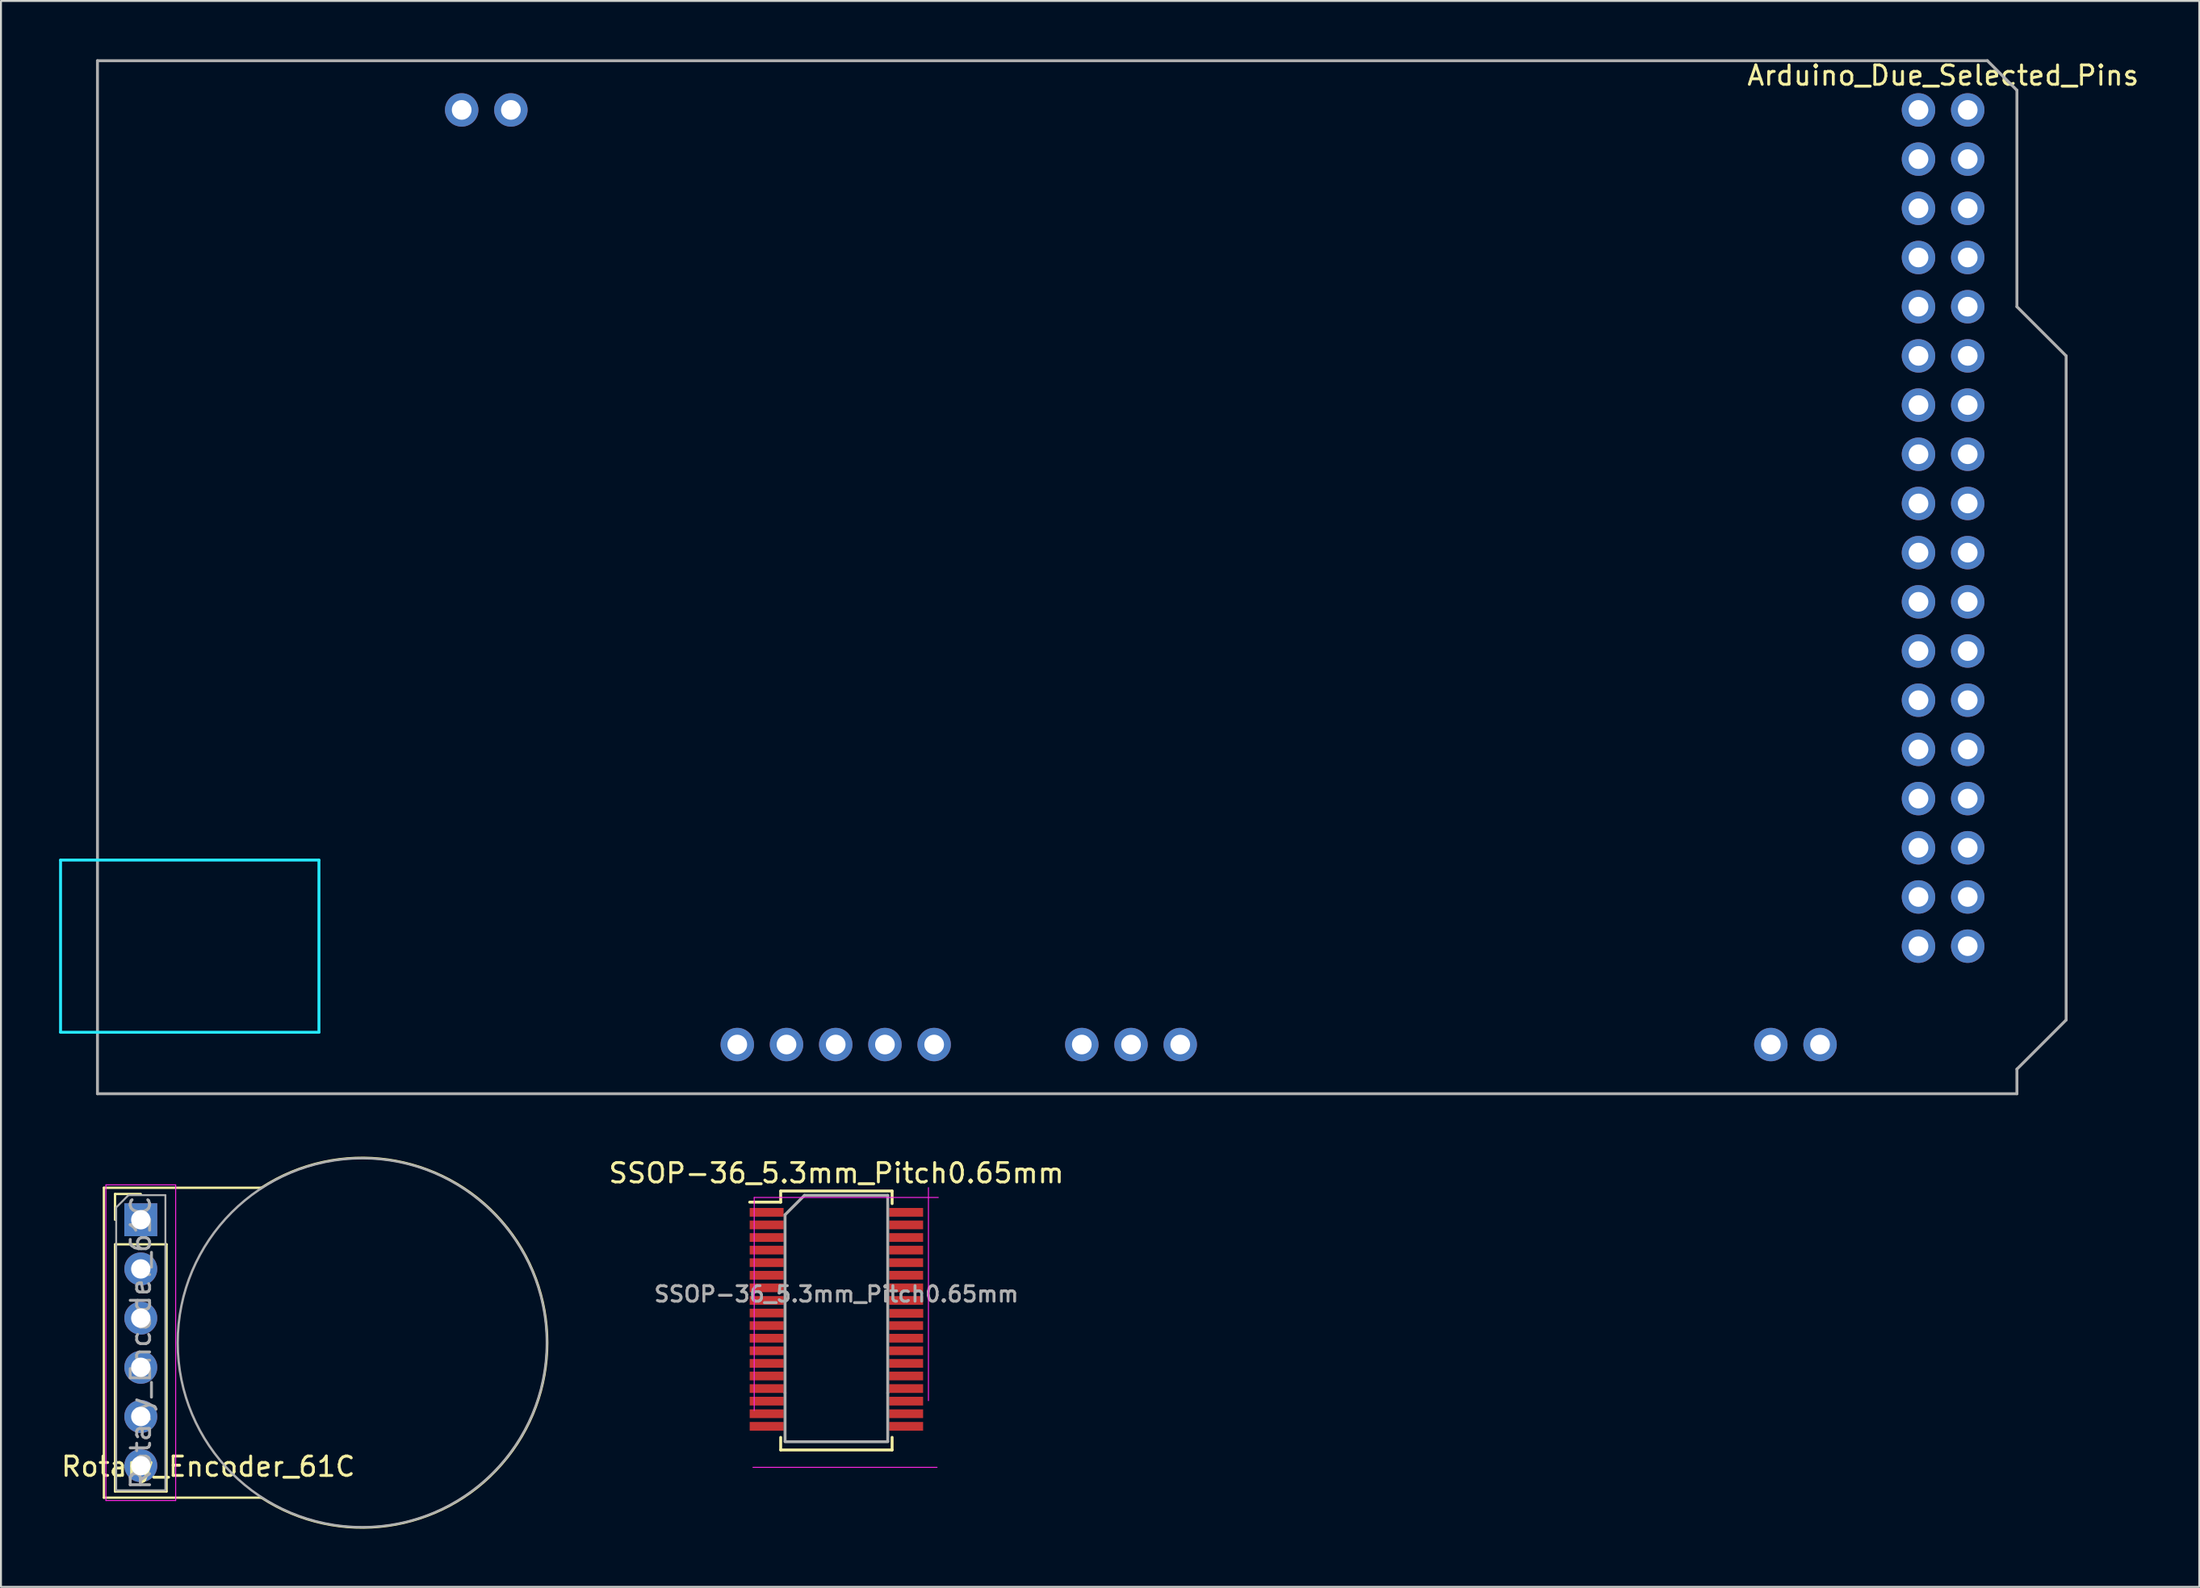
<source format=kicad_pcb>
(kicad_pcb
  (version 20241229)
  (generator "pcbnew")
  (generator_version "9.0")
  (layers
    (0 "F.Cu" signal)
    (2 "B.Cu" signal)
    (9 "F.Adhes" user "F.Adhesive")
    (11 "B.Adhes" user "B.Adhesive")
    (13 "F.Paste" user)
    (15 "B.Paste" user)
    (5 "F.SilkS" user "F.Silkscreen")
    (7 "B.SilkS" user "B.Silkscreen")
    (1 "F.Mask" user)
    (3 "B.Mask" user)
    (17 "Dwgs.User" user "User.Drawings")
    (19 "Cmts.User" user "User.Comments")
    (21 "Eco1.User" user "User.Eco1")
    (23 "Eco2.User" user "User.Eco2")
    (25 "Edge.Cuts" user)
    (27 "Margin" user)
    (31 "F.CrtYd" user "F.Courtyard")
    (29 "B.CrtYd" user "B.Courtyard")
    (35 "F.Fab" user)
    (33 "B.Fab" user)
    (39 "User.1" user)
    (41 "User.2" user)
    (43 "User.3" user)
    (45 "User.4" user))
  (footprint "Rotary_Encoder_61C"
    (layer "F.Cu")
    (at 4.216 59.932)
    (property "Reference" "Rotary_Encoder_61C" (at 3.48 12.746 180) (layer "F.SilkS") (effects (font (size 1 1) (thickness 0.15))))
    (attr through_hole)
    (fp_line (start -1.905 -1.651) (end -1.905 14.351) (stroke (width 0.12) (type solid)) (layer "F.SilkS"))
    (fp_line (start -1.905 -1.651) (end 6.223 -1.651) (stroke (width 0.12) (type solid)) (layer "F.SilkS"))
    (fp_line (start -1.905 14.351) (end 6.223 14.351) (stroke (width 0.12) (type solid)) (layer "F.SilkS"))
    (fp_line (start -1.33 -1.33) (end 0 -1.33) (stroke (width 0.12) (type solid)) (layer "F.SilkS"))
    (fp_line (start -1.33 0) (end -1.33 -1.33) (stroke (width 0.12) (type solid)) (layer "F.SilkS"))
    (fp_line (start -1.33 1.27) (end -1.33 14.03) (stroke (width 0.12) (type solid)) (layer "F.SilkS"))
    (fp_line (start -1.33 1.27) (end 1.33 1.27) (stroke (width 0.12) (type solid)) (layer "F.SilkS"))
    (fp_line (start -1.33 14.03) (end 1.33 14.03) (stroke (width 0.12) (type solid)) (layer "F.SilkS"))
    (fp_line (start 1.33 1.27) (end 1.33 14.03) (stroke (width 0.12) (type solid)) (layer "F.SilkS"))
    (fp_arc (start 6.223001 -1.650999) (mid 20.976142 6.35) (end 6.223001 14.350999) (stroke (width 0.12) (type solid)) (layer "F.SilkS"))
    (fp_line (start -1.8 -1.8) (end -1.8 14.5) (stroke (width 0.05) (type solid)) (layer "F.CrtYd"))
    (fp_line (start -1.8 14.5) (end 1.8 14.5) (stroke (width 0.05) (type solid)) (layer "F.CrtYd"))
    (fp_line (start 1.8 -1.8) (end -1.8 -1.8) (stroke (width 0.05) (type solid)) (layer "F.CrtYd"))
    (fp_line (start 1.8 14.5) (end 1.8 -1.8) (stroke (width 0.05) (type solid)) (layer "F.CrtYd"))
    (fp_line (start -1.27 -0.635) (end -0.635 -1.27) (stroke (width 0.1) (type solid)) (layer "F.Fab"))
    (fp_line (start -1.27 13.97) (end -1.27 -0.635) (stroke (width 0.1) (type solid)) (layer "F.Fab"))
    (fp_line (start -0.635 -1.27) (end 1.27 -1.27) (stroke (width 0.1) (type solid)) (layer "F.Fab"))
    (fp_line (start 1.27 -1.27) (end 1.27 13.97) (stroke (width 0.1) (type solid)) (layer "F.Fab"))
    (fp_line (start 1.27 13.97) (end -1.27 13.97) (stroke (width 0.1) (type solid)) (layer "F.Fab"))
    (fp_circle (center 11.43 6.35) (end 20.955 6.35) (stroke (width 0.12) (type solid)) (fill no) (layer "F.Fab"))
    (fp_text user "${REFERENCE}" (at 0 6.35 270) (layer "F.Fab") (effects (font (size 1 1) (thickness 0.15))))
    (pad "1" thru_hole rect (at 0 0) (size 1.7 1.7) (drill 1) (layers "*.Cu" "*.Mask"))
    (pad "2" thru_hole oval (at 0 2.54) (size 1.7 1.7) (drill 1) (layers "*.Cu" "*.Mask"))
    (pad "3" thru_hole oval (at 0 5.08) (size 1.7 1.7) (drill 1) (layers "*.Cu" "*.Mask"))
    (pad "4" thru_hole oval (at 0 7.62) (size 1.7 1.7) (drill 1) (layers "*.Cu" "*.Mask"))
    (pad "5" thru_hole oval (at 0 10.16) (size 1.7 1.7) (drill 1) (layers "*.Cu" "*.Mask"))
    (pad "6" thru_hole oval (at 0 12.7) (size 1.7 1.7) (drill 1) (layers "*.Cu" "*.Mask")))
  (footprint "SSOP-36_5.3mm_Pitch0.65mm"
    (layer "F.Cu")
    (at 36.508 59.558)
    (property "Reference" "SSOP-36_5.3mm_Pitch0.65mm" (at 3.607 -2.034 0) (layer "F.SilkS") (effects (font (size 1 1) (thickness 0.15))))
    (attr smd)
    (fp_line (start 0.732 -1.109) (end 0.732 -0.534) (stroke (width 0.15) (type solid)) (layer "F.SilkS"))
    (fp_line (start 0.732 -1.109) (end 6.482 -1.109) (stroke (width 0.15) (type solid)) (layer "F.SilkS"))
    (fp_line (start 0.732 -0.534) (end -0.868 -0.534) (stroke (width 0.15) (type solid)) (layer "F.SilkS"))
    (fp_line (start 0.732 12.262) (end 0.732 11.612) (stroke (width 0.15) (type solid)) (layer "F.SilkS"))
    (fp_line (start 0.732 12.262) (end 6.482 12.262) (stroke (width 0.15) (type solid)) (layer "F.SilkS"))
    (fp_line (start 6.482 -1.109) (end 6.482 -0.459) (stroke (width 0.15) (type solid)) (layer "F.SilkS"))
    (fp_line (start 6.482 12.262) (end 6.482 11.612) (stroke (width 0.15) (type solid)) (layer "F.SilkS"))
    (fp_line (start -0.699 13.158) (end 8.801 13.158) (stroke (width 0.05) (type solid)) (layer "F.CrtYd"))
    (fp_line (start -0.635 -0.776) (end -0.635 10.224) (stroke (width 0.05) (type solid)) (layer "F.CrtYd"))
    (fp_line (start -0.635 -0.776) (end 8.865 -0.776) (stroke (width 0.05) (type solid)) (layer "F.CrtYd"))
    (fp_line (start 8.357 -1.284) (end 8.357 9.716) (stroke (width 0.05) (type solid)) (layer "F.CrtYd"))
    (fp_line (start 0.957 0.116) (end 1.957 -0.884) (stroke (width 0.15) (type solid)) (layer "F.Fab"))
    (fp_line (start 0.957 9.316) (end 0.957 0.116) (stroke (width 0.15) (type solid)) (layer "F.Fab"))
    (fp_line (start 0.957 9.316) (end 0.957 11.816) (stroke (width 0.15) (type solid)) (layer "F.Fab"))
    (fp_line (start 1.957 -0.884) (end 6.257 -0.884) (stroke (width 0.15) (type solid)) (layer "F.Fab"))
    (fp_line (start 6.257 -0.884) (end 6.257 9.316) (stroke (width 0.15) (type solid)) (layer "F.Fab"))
    (fp_line (start 6.257 9.316) (end 6.257 11.816) (stroke (width 0.15) (type solid)) (layer "F.Fab"))
    (fp_line (start 6.257 11.837) (end 0.957 11.837) (stroke (width 0.15) (type solid)) (layer "F.Fab"))
    (fp_text user "${REFERENCE}" (at 3.607 4.216 0) (layer "F.Fab") (effects (font (size 0.8 0.8) (thickness 0.15))))
    (pad "1" smd rect (at 0.007 -0.009) (size 1.75 0.45) (layers "F.Cu" "F.Mask" "F.Paste"))
    (pad "2" smd rect (at 0.007 0.641) (size 1.75 0.45) (layers "F.Cu" "F.Mask" "F.Paste"))
    (pad "3" smd rect (at 0.007 1.291) (size 1.75 0.45) (layers "F.Cu" "F.Mask" "F.Paste"))
    (pad "4" smd rect (at 0.007 1.941) (size 1.75 0.45) (layers "F.Cu" "F.Mask" "F.Paste"))
    (pad "5" smd rect (at 0.007 2.591) (size 1.75 0.45) (layers "F.Cu" "F.Mask" "F.Paste"))
    (pad "6" smd rect (at 0.007 3.241) (size 1.75 0.45) (layers "F.Cu" "F.Mask" "F.Paste"))
    (pad "7" smd rect (at 0.007 3.891) (size 1.75 0.45) (layers "F.Cu" "F.Mask" "F.Paste"))
    (pad "8" smd rect (at 0.007 4.541) (size 1.75 0.45) (layers "F.Cu" "F.Mask" "F.Paste"))
    (pad "9" smd rect (at 0.007 5.191) (size 1.75 0.45) (layers "F.Cu" "F.Mask" "F.Paste"))
    (pad "10" smd rect (at 0.007 5.841) (size 1.75 0.45) (layers "F.Cu" "F.Mask" "F.Paste"))
    (pad "11" smd rect (at 0.007 6.491) (size 1.75 0.45) (layers "F.Cu" "F.Mask" "F.Paste"))
    (pad "12" smd rect (at 0.007 7.141) (size 1.75 0.45) (layers "F.Cu" "F.Mask" "F.Paste"))
    (pad "13" smd rect (at 0.007 7.791) (size 1.75 0.45) (layers "F.Cu" "F.Mask" "F.Paste"))
    (pad "14" smd rect (at 0.007 8.441) (size 1.75 0.45) (layers "F.Cu" "F.Mask" "F.Paste"))
    (pad "15" smd rect (at 0.007 9.091) (size 1.75 0.45) (layers "F.Cu" "F.Mask" "F.Paste"))
    (pad "16" smd rect (at 0.007 9.741) (size 1.75 0.45) (layers "F.Cu" "F.Mask" "F.Paste"))
    (pad "17" smd rect (at 0.007 10.391) (size 1.75 0.45) (layers "F.Cu" "F.Mask" "F.Paste"))
    (pad "18" smd rect (at 0.007 11.041) (size 1.75 0.45) (layers "F.Cu" "F.Mask" "F.Paste"))
    (pad "19" smd rect (at 7.207 11.041) (size 1.75 0.45) (layers "F.Cu" "F.Mask" "F.Paste"))
    (pad "20" smd rect (at 7.207 10.391) (size 1.75 0.45) (layers "F.Cu" "F.Mask" "F.Paste"))
    (pad "21" smd rect (at 7.207 9.741) (size 1.75 0.45) (layers "F.Cu" "F.Mask" "F.Paste"))
    (pad "22" smd rect (at 7.207 9.091) (size 1.75 0.45) (layers "F.Cu" "F.Mask" "F.Paste"))
    (pad "23" smd rect (at 7.207 8.441) (size 1.75 0.45) (layers "F.Cu" "F.Mask" "F.Paste"))
    (pad "24" smd rect (at 7.207 7.791) (size 1.75 0.45) (layers "F.Cu" "F.Mask" "F.Paste"))
    (pad "25" smd rect (at 7.207 7.141) (size 1.75 0.45) (layers "F.Cu" "F.Mask" "F.Paste"))
    (pad "26" smd rect (at 7.207 6.491) (size 1.75 0.45) (layers "F.Cu" "F.Mask" "F.Paste"))
    (pad "27" smd rect (at 7.207 5.841) (size 1.75 0.45) (layers "F.Cu" "F.Mask" "F.Paste"))
    (pad "28" smd rect (at 7.214 5.207) (size 1.75 0.45) (layers "F.Cu" "F.Mask" "F.Paste"))
    (pad "29" smd rect (at 7.207 4.541) (size 1.75 0.45) (layers "F.Cu" "F.Mask" "F.Paste"))
    (pad "30" smd rect (at 7.207 3.891) (size 1.75 0.45) (layers "F.Cu" "F.Mask" "F.Paste"))
    (pad "31" smd rect (at 7.207 3.241) (size 1.75 0.45) (layers "F.Cu" "F.Mask" "F.Paste"))
    (pad "32" smd rect (at 7.207 2.591) (size 1.75 0.45) (layers "F.Cu" "F.Mask" "F.Paste"))
    (pad "33" smd rect (at 7.207 1.941) (size 1.75 0.45) (layers "F.Cu" "F.Mask" "F.Paste"))
    (pad "34" smd rect (at 7.207 1.291) (size 1.75 0.45) (layers "F.Cu" "F.Mask" "F.Paste"))
    (pad "35" smd rect (at 7.207 0.641) (size 1.75 0.45) (layers "F.Cu" "F.Mask" "F.Paste"))
    (pad "36" smd rect (at 7.207 -0.009) (size 1.75 0.45) (layers "F.Cu" "F.Mask" "F.Paste")))
  (footprint "Arduino_Due_Selected_Pins"
    (layer "F.Cu")
    (at 1.98 53.426)
    (property "Reference" "Arduino_Due_Selected_Pins" (at 95.25 -52.578 0) (layer "F.SilkS") (effects (font (size 1 1) (thickness 0.15))))
    (attr through_hole)
    (fp_line (start -1.905 -12.065) (end -1.905 -3.175) (stroke (width 0.15) (type solid)) (layer "B.CrtYd"))
    (fp_line (start -1.905 -12.065) (end 11.43 -12.065) (stroke (width 0.15) (type solid)) (layer "B.CrtYd"))
    (fp_line (start -1.905 -3.175) (end 11.43 -3.175) (stroke (width 0.15) (type solid)) (layer "B.CrtYd"))
    (fp_line (start 11.43 -12.065) (end 11.43 -3.175) (stroke (width 0.15) (type solid)) (layer "B.CrtYd"))
    (fp_line (start 0 -53.34) (end 0 0) (stroke (width 0.15) (type solid)) (layer "F.Fab"))
    (fp_line (start 0 -53.34) (end 97.536 -53.34) (stroke (width 0.15) (type solid)) (layer "F.Fab"))
    (fp_line (start 0 0) (end 99.06 0) (stroke (width 0.15) (type solid)) (layer "F.Fab"))
    (fp_line (start 97.536 -53.34) (end 99.06 -51.816) (stroke (width 0.15) (type solid)) (layer "F.Fab"))
    (fp_line (start 99.06 -40.64) (end 99.06 -51.816) (stroke (width 0.15) (type solid)) (layer "F.Fab"))
    (fp_line (start 99.06 -1.27) (end 101.6 -3.81) (stroke (width 0.15) (type solid)) (layer "F.Fab"))
    (fp_line (start 99.06 0) (end 99.06 -1.27) (stroke (width 0.15) (type solid)) (layer "F.Fab"))
    (fp_line (start 101.6 -38.1) (end 99.06 -40.64) (stroke (width 0.15) (type solid)) (layer "F.Fab"))
    (fp_line (start 101.6 -3.81) (end 101.6 -38.1) (stroke (width 0.15) (type solid)) (layer "F.Fab"))
    (pad "3V3" thru_hole oval (at 35.56 -2.54) (size 1.727 1.727) (drill 1.016) (layers "*.Cu" "*.Mask"))
    (pad "5V1" thru_hole oval (at 38.1 -2.54) (size 1.727 1.727) (drill 1.016) (layers "*.Cu" "*.Mask"))
    (pad "5V3" thru_hole oval (at 93.98 -50.8) (size 1.727 1.727) (drill 1.016) (layers "*.Cu" "*.Mask"))
    (pad "5V4" thru_hole oval (at 96.52 -50.8) (size 1.727 1.727) (drill 1.016) (layers "*.Cu" "*.Mask"))
    (pad "A0" thru_hole oval (at 50.8 -2.54) (size 1.727 1.727) (drill 1.016) (layers "*.Cu" "*.Mask"))
    (pad "A1" thru_hole oval (at 53.34 -2.54) (size 1.727 1.727) (drill 1.016) (layers "*.Cu" "*.Mask"))
    (pad "A2" thru_hole oval (at 55.88 -2.54) (size 1.727 1.727) (drill 1.016) (layers "*.Cu" "*.Mask"))
    (pad "CANRX" thru_hole oval (at 88.9 -2.54) (size 1.727 1.727) (drill 1.016) (layers "*.Cu" "*.Mask"))
    (pad "D22" thru_hole oval (at 93.98 -48.26) (size 1.727 1.727) (drill 1.016) (layers "*.Cu" "*.Mask"))
    (pad "D23" thru_hole oval (at 96.52 -48.26) (size 1.727 1.727) (drill 1.016) (layers "*.Cu" "*.Mask"))
    (pad "D24" thru_hole oval (at 93.98 -45.72) (size 1.727 1.727) (drill 1.016) (layers "*.Cu" "*.Mask"))
    (pad "D25" thru_hole oval (at 96.52 -45.72) (size 1.727 1.727) (drill 1.016) (layers "*.Cu" "*.Mask"))
    (pad "D26" thru_hole oval (at 93.98 -43.18) (size 1.727 1.727) (drill 1.016) (layers "*.Cu" "*.Mask"))
    (pad "D27" thru_hole oval (at 96.52 -43.18) (size 1.727 1.727) (drill 1.016) (layers "*.Cu" "*.Mask"))
    (pad "D28" thru_hole oval (at 93.98 -40.64) (size 1.727 1.727) (drill 1.016) (layers "*.Cu" "*.Mask"))
    (pad "D29" thru_hole oval (at 96.52 -40.64) (size 1.727 1.727) (drill 1.016) (layers "*.Cu" "*.Mask"))
    (pad "D30" thru_hole oval (at 93.98 -38.1) (size 1.727 1.727) (drill 1.016) (layers "*.Cu" "*.Mask"))
    (pad "D31" thru_hole oval (at 96.52 -38.1) (size 1.727 1.727) (drill 1.016) (layers "*.Cu" "*.Mask"))
    (pad "D32" thru_hole oval (at 93.98 -35.56) (size 1.727 1.727) (drill 1.016) (layers "*.Cu" "*.Mask"))
    (pad "D33" thru_hole oval (at 96.52 -35.56) (size 1.727 1.727) (drill 1.016) (layers "*.Cu" "*.Mask"))
    (pad "D34" thru_hole oval (at 93.98 -33.02) (size 1.727 1.727) (drill 1.016) (layers "*.Cu" "*.Mask"))
    (pad "D35" thru_hole oval (at 96.52 -33.02) (size 1.727 1.727) (drill 1.016) (layers "*.Cu" "*.Mask"))
    (pad "D36" thru_hole oval (at 93.98 -30.48) (size 1.727 1.727) (drill 1.016) (layers "*.Cu" "*.Mask"))
    (pad "D37" thru_hole oval (at 96.52 -30.48) (size 1.727 1.727) (drill 1.016) (layers "*.Cu" "*.Mask"))
    (pad "D38" thru_hole oval (at 93.98 -27.94) (size 1.727 1.727) (drill 1.016) (layers "*.Cu" "*.Mask"))
    (pad "D39" thru_hole oval (at 96.52 -27.94) (size 1.727 1.727) (drill 1.016) (layers "*.Cu" "*.Mask"))
    (pad "D40" thru_hole oval (at 93.98 -25.4) (size 1.727 1.727) (drill 1.016) (layers "*.Cu" "*.Mask"))
    (pad "D41" thru_hole oval (at 96.52 -25.4) (size 1.727 1.727) (drill 1.016) (layers "*.Cu" "*.Mask"))
    (pad "D42" thru_hole oval (at 93.98 -22.86) (size 1.727 1.727) (drill 1.016) (layers "*.Cu" "*.Mask"))
    (pad "D43" thru_hole oval (at 96.52 -22.86) (size 1.727 1.727) (drill 1.016) (layers "*.Cu" "*.Mask"))
    (pad "D44" thru_hole oval (at 93.98 -20.32) (size 1.727 1.727) (drill 1.016) (layers "*.Cu" "*.Mask"))
    (pad "D45" thru_hole oval (at 96.52 -20.32) (size 1.727 1.727) (drill 1.016) (layers "*.Cu" "*.Mask"))
    (pad "D46" thru_hole oval (at 93.98 -17.78) (size 1.727 1.727) (drill 1.016) (layers "*.Cu" "*.Mask"))
    (pad "D47" thru_hole oval (at 96.52 -17.78) (size 1.727 1.727) (drill 1.016) (layers "*.Cu" "*.Mask"))
    (pad "D48" thru_hole oval (at 93.98 -15.24) (size 1.727 1.727) (drill 1.016) (layers "*.Cu" "*.Mask"))
    (pad "D49" thru_hole oval (at 96.52 -15.24) (size 1.727 1.727) (drill 1.016) (layers "*.Cu" "*.Mask"))
    (pad "D50" thru_hole oval (at 93.98 -12.7) (size 1.727 1.727) (drill 1.016) (layers "*.Cu" "*.Mask"))
    (pad "D51" thru_hole oval (at 96.52 -12.7) (size 1.727 1.727) (drill 1.016) (layers "*.Cu" "*.Mask"))
    (pad "D52" thru_hole oval (at 93.98 -10.16) (size 1.727 1.727) (drill 1.016) (layers "*.Cu" "*.Mask"))
    (pad "D53" thru_hole oval (at 96.52 -10.16) (size 1.727 1.727) (drill 1.016) (layers "*.Cu" "*.Mask"))
    (pad "DAC1" thru_hole oval (at 86.36 -2.54) (size 1.727 1.727) (drill 1.016) (layers "*.Cu" "*.Mask"))
    (pad "GND2" thru_hole oval (at 40.64 -2.54) (size 1.727 1.727) (drill 1.016) (layers "*.Cu" "*.Mask"))
    (pad "GND3" thru_hole oval (at 43.18 -2.54) (size 1.727 1.727) (drill 1.016) (layers "*.Cu" "*.Mask"))
    (pad "GND5" thru_hole oval (at 93.98 -7.62) (size 1.727 1.727) (drill 1.016) (layers "*.Cu" "*.Mask"))
    (pad "GND6" thru_hole oval (at 96.52 -7.62) (size 1.727 1.727) (drill 1.016) (layers "*.Cu" "*.Mask"))
    (pad "RESET" thru_hole oval (at 33.02 -2.54) (size 1.727 1.727) (drill 1.016) (layers "*.Cu" "*.Mask"))
    (pad "SCL1" thru_hole oval (at 18.796 -50.8) (size 1.727 1.727) (drill 1.016) (layers "*.Cu" "*.Mask"))
    (pad "SDA1" thru_hole oval (at 21.336 -50.8) (size 1.727 1.727) (drill 1.016) (layers "*.Cu" "*.Mask")))
  (gr_rect
    (start -3 -3)
    (end 110.45 78.889)
    (stroke (width 0.1) (type default))
    (fill no)
    (layer "Edge.Cuts")))
</source>
